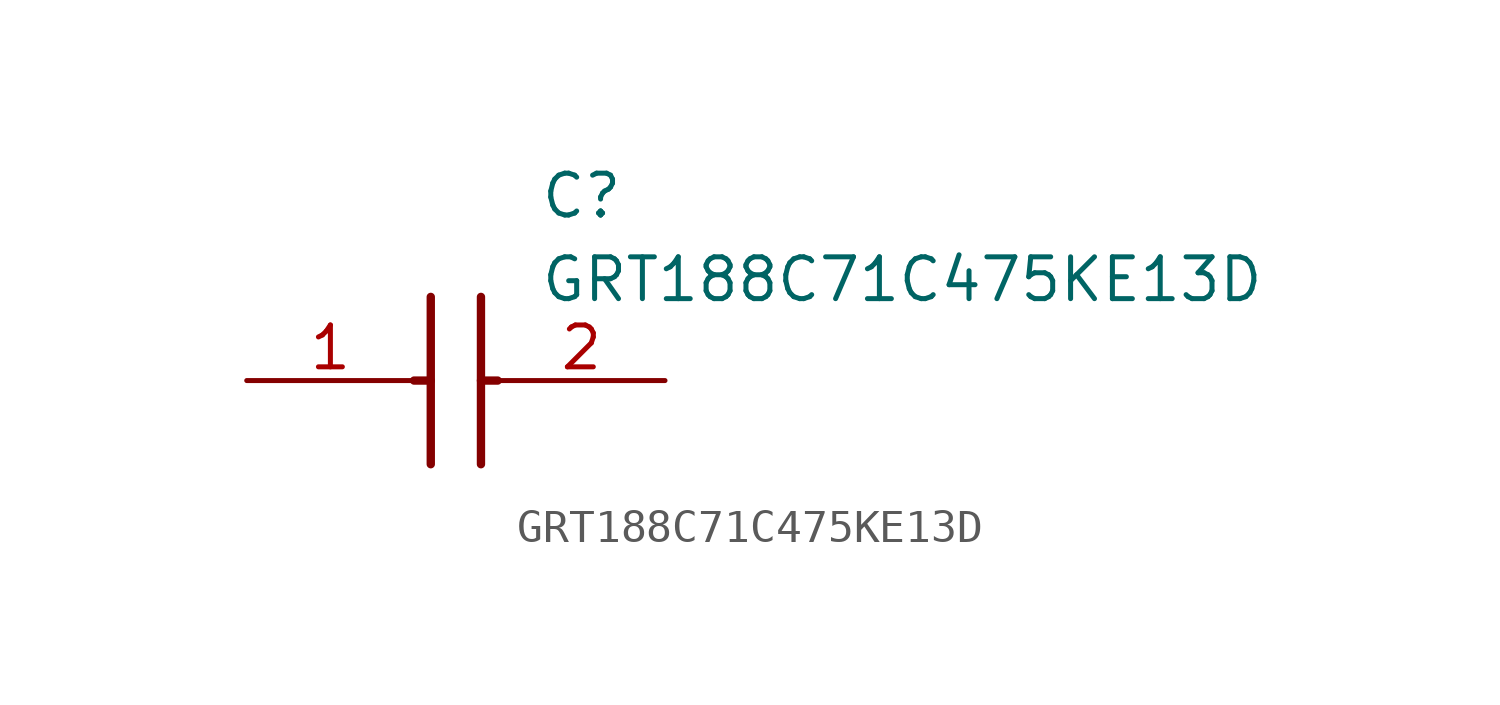
<source format=kicad_sym>
(kicad_symbol_lib
  (version 20211014)
  (generator SamacSys_ECAD_Model)
  (symbol "GRT188C71C475KE13D"
    (pin_names hide)
    (property "Reference" "C"
      (at 8.89 6.35 0)
      (effects (font (size 1.27 1.27)) (justify left top)))
    (property "Value" "GRT188C71C475KE13D"
      (at 8.89 3.81 0)
      (effects (font (size 1.27 1.27)) (justify left top)))
    (polyline
      (pts (xy 5.588 2.54) (xy 5.588 -2.54))
      (stroke (width 0.254) (type default))
      (fill (type none)))
    (polyline
      (pts (xy 7.112 2.54) (xy 7.112 -2.54))
      (stroke (width 0.254) (type default))
      (fill (type none)))
    (polyline
      (pts (xy 5.08 0) (xy 5.588 0))
      (stroke (width 0.254) (type default))
      (fill (type none)))
    (polyline
      (pts (xy 7.112 0) (xy 7.62 0))
      (stroke (width 0.254) (type default))
      (fill (type none)))
    (pin passive line
      (at 0 0 0)
      (length 5.08)
      (name "1" (effects (font (size 1.27 1.27))))
      (number "1" (effects (font (size 1.27 1.27)))))
    (pin passive line
      (at 12.7 0 180)
      (length 5.08)
      (name "2" (effects (font (size 1.27 1.27))))
      (number "2" (effects (font (size 1.27 1.27)))))))
</source>
